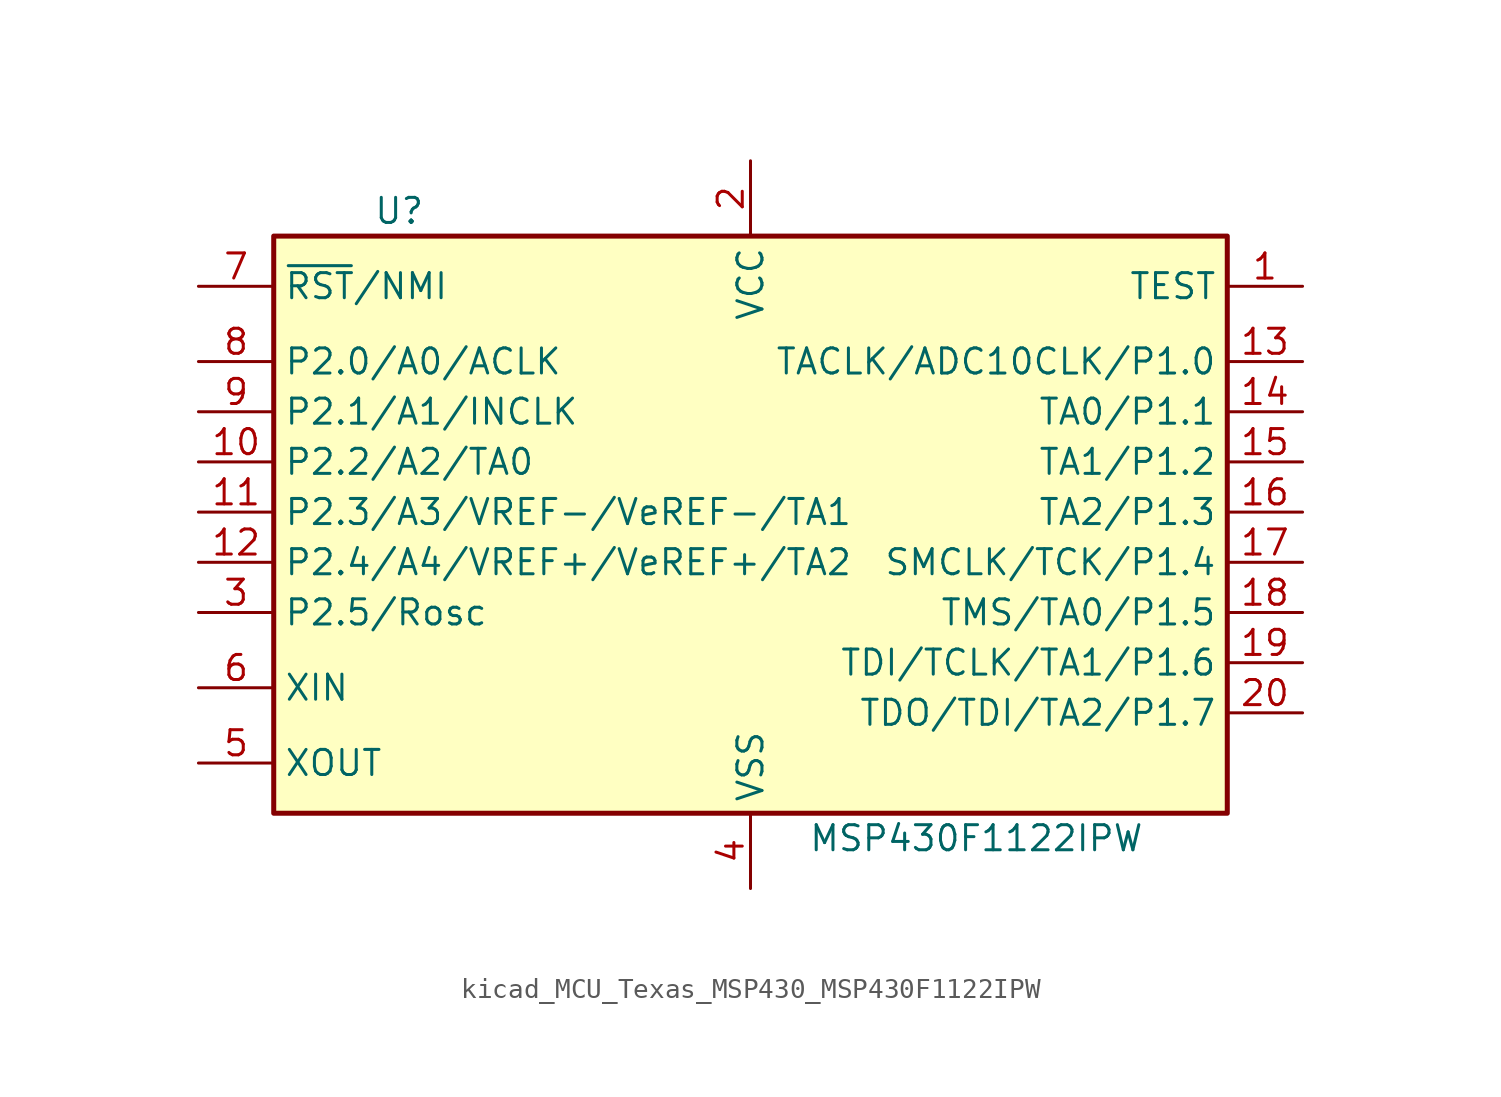
<source format=kicad_sym>
(kicad_symbol_lib
  (version 20220914)
  (generator kicad_symbol_editor)
  (symbol "kicad_MCU_Texas_MSP430_MSP430F1122IPW"
    (property "Reference" "U"
      (at -17.78 15.24 0)
      (effects (font (size 1.27 1.27))))
    (property "Value" "MSP430F1122IPW"
      (at 11.43 -16.51 0)
      (effects (font (size 1.27 1.27))))
    (symbol "kicad_MCU_Texas_MSP430_MSP430F1122IPW_0_1"
      (rectangle (start -24.13 13.97) (end 24.13 -15.24) (stroke (width 0.254) (type default)) (fill (type background))))
    (symbol "kicad_MCU_Texas_MSP430_MSP430F1122IPW_1_1"
      (pin input line (at 27.94 11.43 180) (length 3.81) (name "TEST" (effects (font (size 1.27 1.27)))) (number "1" (effects (font (size 1.27 1.27)))))
      (pin bidirectional line (at -27.94 2.54 0) (length 3.81) (name "P2.2/A2/TA0" (effects (font (size 1.27 1.27)))) (number "10" (effects (font (size 1.27 1.27)))))
      (pin bidirectional line (at -27.94 0 0) (length 3.81) (name "P2.3/A3/VREF-/VeREF-/TA1" (effects (font (size 1.27 1.27)))) (number "11" (effects (font (size 1.27 1.27)))))
      (pin bidirectional line (at -27.94 -2.54 0) (length 3.81) (name "P2.4/A4/VREF+/VeREF+/TA2" (effects (font (size 1.27 1.27)))) (number "12" (effects (font (size 1.27 1.27)))))
      (pin bidirectional line (at 27.94 7.62 180) (length 3.81) (name "TACLK/ADC10CLK/P1.0" (effects (font (size 1.27 1.27)))) (number "13" (effects (font (size 1.27 1.27)))))
      (pin bidirectional line (at 27.94 5.08 180) (length 3.81) (name "TA0/P1.1" (effects (font (size 1.27 1.27)))) (number "14" (effects (font (size 1.27 1.27)))))
      (pin bidirectional line (at 27.94 2.54 180) (length 3.81) (name "TA1/P1.2" (effects (font (size 1.27 1.27)))) (number "15" (effects (font (size 1.27 1.27)))))
      (pin bidirectional line (at 27.94 0 180) (length 3.81) (name "TA2/P1.3" (effects (font (size 1.27 1.27)))) (number "16" (effects (font (size 1.27 1.27)))))
      (pin bidirectional line (at 27.94 -2.54 180) (length 3.81) (name "SMCLK/TCK/P1.4" (effects (font (size 1.27 1.27)))) (number "17" (effects (font (size 1.27 1.27)))))
      (pin bidirectional line (at 27.94 -5.08 180) (length 3.81) (name "TMS/TA0/P1.5" (effects (font (size 1.27 1.27)))) (number "18" (effects (font (size 1.27 1.27)))))
      (pin bidirectional line (at 27.94 -7.62 180) (length 3.81) (name "TDI/TCLK/TA1/P1.6" (effects (font (size 1.27 1.27)))) (number "19" (effects (font (size 1.27 1.27)))))
      (pin power_in line (at 0 17.78 270) (length 3.81) (name "VCC" (effects (font (size 1.27 1.27)))) (number "2" (effects (font (size 1.27 1.27)))))
      (pin bidirectional line (at 27.94 -10.16 180) (length 3.81) (name "TDO/TDI/TA2/P1.7" (effects (font (size 1.27 1.27)))) (number "20" (effects (font (size 1.27 1.27)))))
      (pin bidirectional line (at -27.94 -5.08 0) (length 3.81) (name "P2.5/Rosc" (effects (font (size 1.27 1.27)))) (number "3" (effects (font (size 1.27 1.27)))))
      (pin power_in line (at 0 -19.05 90) (length 3.81) (name "VSS" (effects (font (size 1.27 1.27)))) (number "4" (effects (font (size 1.27 1.27)))))
      (pin output line (at -27.94 -12.7 0) (length 3.81) (name "XOUT" (effects (font (size 1.27 1.27)))) (number "5" (effects (font (size 1.27 1.27)))))
      (pin input line (at -27.94 -8.89 0) (length 3.81) (name "XIN" (effects (font (size 1.27 1.27)))) (number "6" (effects (font (size 1.27 1.27)))))
      (pin input line (at -27.94 11.43 0) (length 3.81) (name "~{RST}/NMI" (effects (font (size 1.27 1.27)))) (number "7" (effects (font (size 1.27 1.27)))))
      (pin bidirectional line (at -27.94 7.62 0) (length 3.81) (name "P2.0/A0/ACLK" (effects (font (size 1.27 1.27)))) (number "8" (effects (font (size 1.27 1.27)))))
      (pin bidirectional line (at -27.94 5.08 0) (length 3.81) (name "P2.1/A1/INCLK" (effects (font (size 1.27 1.27)))) (number "9" (effects (font (size 1.27 1.27))))))))
</source>
